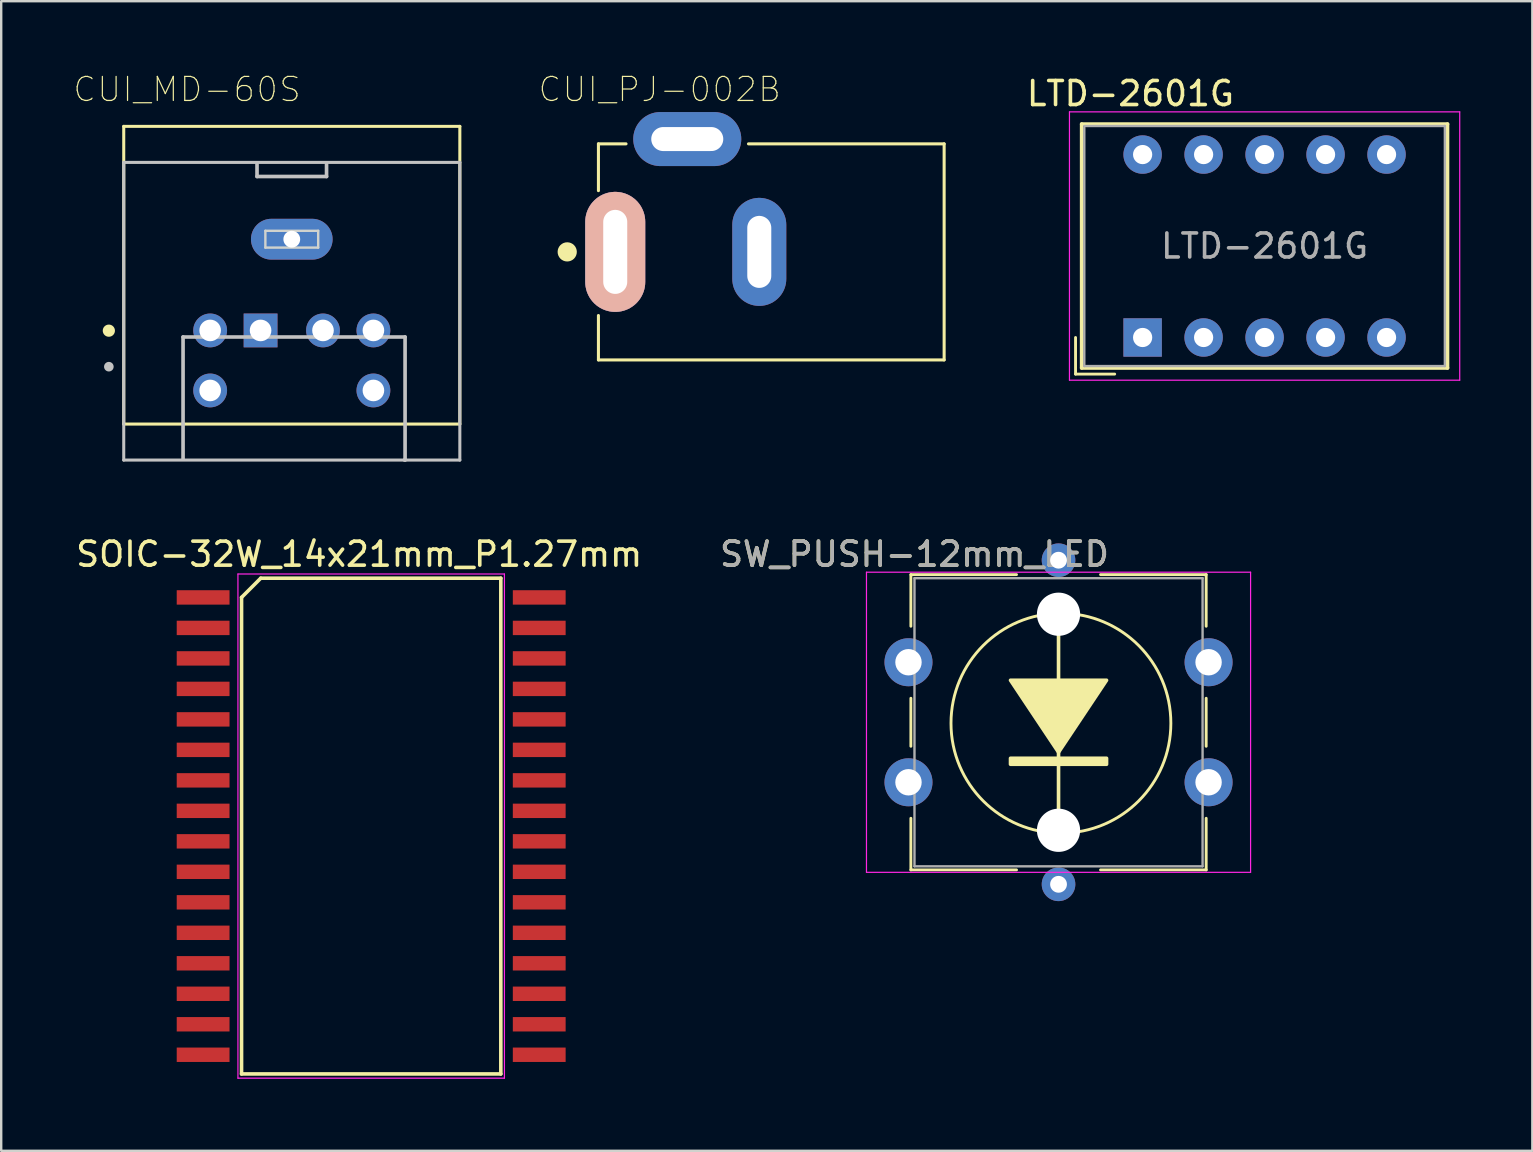
<source format=kicad_pcb>
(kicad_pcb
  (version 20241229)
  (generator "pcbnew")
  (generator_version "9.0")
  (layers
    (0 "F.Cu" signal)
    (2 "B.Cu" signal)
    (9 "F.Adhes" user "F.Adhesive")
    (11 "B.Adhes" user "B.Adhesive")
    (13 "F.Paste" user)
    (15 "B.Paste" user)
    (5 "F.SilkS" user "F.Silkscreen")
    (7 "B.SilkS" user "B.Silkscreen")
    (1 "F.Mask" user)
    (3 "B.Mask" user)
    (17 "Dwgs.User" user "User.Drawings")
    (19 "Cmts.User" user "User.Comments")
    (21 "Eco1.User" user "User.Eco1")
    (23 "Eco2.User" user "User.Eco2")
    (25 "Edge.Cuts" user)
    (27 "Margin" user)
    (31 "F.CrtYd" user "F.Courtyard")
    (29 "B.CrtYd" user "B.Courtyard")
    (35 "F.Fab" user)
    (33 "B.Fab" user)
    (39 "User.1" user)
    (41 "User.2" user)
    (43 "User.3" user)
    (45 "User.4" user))
  (footprint "SOIC-32W_14x21mm_P1.27mm"
    (layer "F.Cu")
    (at 12.429 31.286)
    (property "Reference" "SOIC-32W_14x21mm_P1.27mm" (at -0.518 -11.251 0) (layer "F.SilkS") (effects (font (size 1 1) (thickness 0.15))))
    (attr smd)
    (fp_line (start -5.418 -9.451) (end -4.618 -10.251) (stroke (width 0.15) (type solid)) (layer "F.SilkS"))
    (fp_line (start -5.418 10.399) (end -5.418 -9.451) (stroke (width 0.15) (type solid)) (layer "F.SilkS"))
    (fp_line (start -4.618 -10.251) (end 5.382 -10.251) (stroke (width 0.15) (type solid)) (layer "F.SilkS"))
    (fp_line (start 5.382 -10.251) (end 5.382 10.399) (stroke (width 0.15) (type solid)) (layer "F.SilkS"))
    (fp_line (start 5.382 10.399) (end -5.418 10.399) (stroke (width 0.15) (type solid)) (layer "F.SilkS"))
    (fp_line (start -5.568 -10.426) (end 5.532 -10.426) (stroke (width 0.05) (type solid)) (layer "F.CrtYd"))
    (fp_line (start -5.568 10.574) (end -5.568 -10.426) (stroke (width 0.05) (type solid)) (layer "F.CrtYd"))
    (fp_line (start 5.532 -10.426) (end 5.532 10.574) (stroke (width 0.05) (type solid)) (layer "F.CrtYd"))
    (fp_line (start 5.532 10.574) (end -5.568 10.574) (stroke (width 0.05) (type solid)) (layer "F.CrtYd"))
    (pad "1" smd rect (at -7.018 -9.451 270) (size 0.6 2.2) (layers "F.Cu" "F.Mask" "F.Paste"))
    (pad "2" smd rect (at -7.018 -8.181 270) (size 0.6 2.2) (layers "F.Cu" "F.Mask" "F.Paste"))
    (pad "3" smd rect (at -7.018 -6.911 270) (size 0.6 2.2) (layers "F.Cu" "F.Mask" "F.Paste"))
    (pad "4" smd rect (at -7.018 -5.641 270) (size 0.6 2.2) (layers "F.Cu" "F.Mask" "F.Paste"))
    (pad "5" smd rect (at -7.018 -4.371 270) (size 0.6 2.2) (layers "F.Cu" "F.Mask" "F.Paste"))
    (pad "6" smd rect (at -7.018 -3.101 270) (size 0.6 2.2) (layers "F.Cu" "F.Mask" "F.Paste"))
    (pad "7" smd rect (at -7.018 -1.831 270) (size 0.6 2.2) (layers "F.Cu" "F.Mask" "F.Paste"))
    (pad "8" smd rect (at -7.018 -0.561 270) (size 0.6 2.2) (layers "F.Cu" "F.Mask" "F.Paste"))
    (pad "9" smd rect (at -7.018 0.709 270) (size 0.6 2.2) (layers "F.Cu" "F.Mask" "F.Paste"))
    (pad "10" smd rect (at -7.018 1.979 270) (size 0.6 2.2) (layers "F.Cu" "F.Mask" "F.Paste"))
    (pad "11" smd rect (at -7.018 3.249 270) (size 0.6 2.2) (layers "F.Cu" "F.Mask" "F.Paste"))
    (pad "12" smd rect (at -7.018 4.519 270) (size 0.6 2.2) (layers "F.Cu" "F.Mask" "F.Paste"))
    (pad "13" smd rect (at -7.018 5.789 270) (size 0.6 2.2) (layers "F.Cu" "F.Mask" "F.Paste"))
    (pad "14" smd rect (at -7.018 7.059 270) (size 0.6 2.2) (layers "F.Cu" "F.Mask" "F.Paste"))
    (pad "15" smd rect (at -7.018 8.329 270) (size 0.6 2.2) (layers "F.Cu" "F.Mask" "F.Paste"))
    (pad "16" smd rect (at -7.018 9.599 270) (size 0.6 2.2) (layers "F.Cu" "F.Mask" "F.Paste"))
    (pad "17" smd rect (at 6.982 9.599 270) (size 0.6 2.2) (layers "F.Cu" "F.Mask" "F.Paste"))
    (pad "18" smd rect (at 6.982 8.329 270) (size 0.6 2.2) (layers "F.Cu" "F.Mask" "F.Paste"))
    (pad "19" smd rect (at 6.982 7.059 270) (size 0.6 2.2) (layers "F.Cu" "F.Mask" "F.Paste"))
    (pad "20" smd rect (at 6.982 5.789 270) (size 0.6 2.2) (layers "F.Cu" "F.Mask" "F.Paste"))
    (pad "21" smd rect (at 6.982 4.519 270) (size 0.6 2.2) (layers "F.Cu" "F.Mask" "F.Paste"))
    (pad "22" smd rect (at 6.982 3.249 270) (size 0.6 2.2) (layers "F.Cu" "F.Mask" "F.Paste"))
    (pad "23" smd rect (at 6.982 1.979 270) (size 0.6 2.2) (layers "F.Cu" "F.Mask" "F.Paste"))
    (pad "24" smd rect (at 6.982 0.709 270) (size 0.6 2.2) (layers "F.Cu" "F.Mask" "F.Paste"))
    (pad "25" smd rect (at 6.982 -0.561 270) (size 0.6 2.2) (layers "F.Cu" "F.Mask" "F.Paste"))
    (pad "26" smd rect (at 6.982 -1.831 270) (size 0.6 2.2) (layers "F.Cu" "F.Mask" "F.Paste"))
    (pad "27" smd rect (at 6.982 -3.101 270) (size 0.6 2.2) (layers "F.Cu" "F.Mask" "F.Paste"))
    (pad "28" smd rect (at 6.982 -4.371 270) (size 0.6 2.2) (layers "F.Cu" "F.Mask" "F.Paste"))
    (pad "29" smd rect (at 6.982 -5.641 270) (size 0.6 2.2) (layers "F.Cu" "F.Mask" "F.Paste"))
    (pad "30" smd rect (at 6.982 -6.911 270) (size 0.6 2.2) (layers "F.Cu" "F.Mask" "F.Paste"))
    (pad "31" smd rect (at 6.982 -8.181 270) (size 0.6 2.2) (layers "F.Cu" "F.Mask" "F.Paste"))
    (pad "32" smd rect (at 6.982 -9.451 270) (size 0.6 2.2) (layers "F.Cu" "F.Mask" "F.Paste")))
  (footprint "SW_PUSH-12mm_LED"
    (layer "F.Cu")
    (at 41.042 27.035)
    (property "Reference" "SW_PUSH-12mm_LED" (at -6 -7 0) (layer "F.SilkS") (effects (font (size 1 1) (thickness 0.15))))
    (attr through_hole)
    (fp_line (start -6.15 -6.15) (end -1.75 -6.15) (stroke (width 0.12) (type solid)) (layer "F.SilkS"))
    (fp_line (start -6.15 -4) (end -6.15 -6.15) (stroke (width 0.12) (type solid)) (layer "F.SilkS"))
    (fp_line (start -6.15 1) (end -6.15 -1) (stroke (width 0.12) (type solid)) (layer "F.SilkS"))
    (fp_line (start -6.15 6.15) (end -6.15 4) (stroke (width 0.12) (type solid)) (layer "F.SilkS"))
    (fp_line (start -1.75 6.15) (end -6.15 6.15) (stroke (width 0.12) (type solid)) (layer "F.SilkS"))
    (fp_line (start 0 -4.5) (end 0 4.6) (stroke (width 0.15) (type solid)) (layer "F.SilkS"))
    (fp_line (start 1.75 -6.15) (end 6.15 -6.15) (stroke (width 0.12) (type solid)) (layer "F.SilkS"))
    (fp_line (start 6.15 -6.15) (end 6.15 -4) (stroke (width 0.12) (type solid)) (layer "F.SilkS"))
    (fp_line (start 6.15 -1) (end 6.15 1) (stroke (width 0.12) (type solid)) (layer "F.SilkS"))
    (fp_line (start 6.15 4) (end 6.15 6.15) (stroke (width 0.12) (type solid)) (layer "F.SilkS"))
    (fp_line (start 6.15 6.15) (end 1.75 6.15) (stroke (width 0.12) (type solid)) (layer "F.SilkS"))
    (fp_circle (center 0.1 0.04) (end 4.679 0.04) (stroke (width 0.12) (type solid)) (fill no) (layer "F.SilkS"))
    (fp_poly (pts (xy -2 -1.75) (xy 2 -1.75) (xy 0 1.25)) (stroke (width 0.15) (type solid)) (fill yes) (layer "F.SilkS"))
    (fp_poly (pts (xy -2 1.5) (xy 2 1.5) (xy 2 1.75) (xy -2 1.75)) (stroke (width 0.15) (type solid)) (fill yes) (layer "F.SilkS"))
    (fp_line (start -8 -6.25) (end -8 6.25) (stroke (width 0.05) (type solid)) (layer "F.CrtYd"))
    (fp_line (start -8 6.25) (end 8 6.25) (stroke (width 0.05) (type solid)) (layer "F.CrtYd"))
    (fp_line (start 8 -6.25) (end -8 -6.25) (stroke (width 0.05) (type solid)) (layer "F.CrtYd"))
    (fp_line (start 8 6.25) (end 8 -6.25) (stroke (width 0.05) (type solid)) (layer "F.CrtYd"))
    (fp_line (start -6 -6) (end -6 6) (stroke (width 0.1) (type solid)) (layer "F.Fab"))
    (fp_line (start -6 6) (end 6 6) (stroke (width 0.1) (type solid)) (layer "F.Fab"))
    (fp_line (start 6 -6) (end -6 -6) (stroke (width 0.1) (type solid)) (layer "F.Fab"))
    (fp_line (start 6 6) (end 6 -6) (stroke (width 0.1) (type solid)) (layer "F.Fab"))
    (fp_text user "${REFERENCE}" (at -6 -7 0) (layer "F.Fab") (effects (font (size 1 1) (thickness 0.15))))
    (pad "" np_thru_hole circle (at 0 -4.5) (size 1.8 1.8) (drill 1.8) (layers "*.Cu" "*.Mask"))
    (pad "" np_thru_hole circle (at 0 4.5) (size 1.8 1.8) (drill 1.8) (layers "*.Cu" "*.Mask"))
    (pad "1" thru_hole circle (at -6.25 -2.5) (size 2 2) (drill 1.1) (layers "*.Cu" "*.Mask"))
    (pad "1" thru_hole circle (at 6.25 -2.5) (size 2 2) (drill 1.1) (layers "*.Cu" "*.Mask"))
    (pad "2" thru_hole circle (at -6.25 2.5) (size 2 2) (drill 1.1) (layers "*.Cu" "*.Mask"))
    (pad "2" thru_hole circle (at 6.25 2.5) (size 2 2) (drill 1.1) (layers "*.Cu" "*.Mask"))
    (pad "3" thru_hole circle (at 0 6.75) (size 1.4 1.4) (drill 0.7) (layers "*.Cu" "*.Mask"))
    (pad "4" thru_hole circle (at 0 -6.75) (size 1.4 1.4) (drill 0.7) (layers "*.Cu" "*.Mask")))
  (footprint "LTD-2601G"
    (layer "F.Cu")
    (at 44.545 11.008)
    (property "Reference" "LTD-2601G" (at -0.508 -10.16 0) (layer "F.SilkS") (effects (font (size 1 1) (thickness 0.15))))
    (attr through_hole)
    (fp_line (start -2.794 1.524) (end -2.794 0) (stroke (width 0.12) (type solid)) (layer "F.SilkS"))
    (fp_line (start -2.54 -8.89) (end -2.54 1.27) (stroke (width 0.15) (type solid)) (layer "F.SilkS"))
    (fp_line (start -2.54 1.27) (end 12.7 1.27) (stroke (width 0.15) (type solid)) (layer "F.SilkS"))
    (fp_line (start -1.164 1.524) (end -2.794 1.524) (stroke (width 0.12) (type solid)) (layer "F.SilkS"))
    (fp_line (start 12.7 -8.89) (end -2.54 -8.89) (stroke (width 0.15) (type solid)) (layer "F.SilkS"))
    (fp_line (start 12.7 1.27) (end 12.7 -8.89) (stroke (width 0.15) (type solid)) (layer "F.SilkS"))
    (fp_line (start -3.048 -9.398) (end 13.208 -9.398) (stroke (width 0.05) (type solid)) (layer "F.CrtYd"))
    (fp_line (start -3.048 1.778) (end -3.048 -9.398) (stroke (width 0.05) (type solid)) (layer "F.CrtYd"))
    (fp_line (start -3.048 1.778) (end 13.208 1.778) (stroke (width 0.05) (type solid)) (layer "F.CrtYd"))
    (fp_line (start 13.208 -9.398) (end 13.208 1.778) (stroke (width 0.05) (type solid)) (layer "F.CrtYd"))
    (fp_line (start -2.43 -8.81) (end 12.59 -8.81) (stroke (width 0.1) (type solid)) (layer "F.Fab"))
    (fp_line (start -2.43 1.19) (end -2.43 -8.74) (stroke (width 0.1) (type solid)) (layer "F.Fab"))
    (fp_line (start 12.59 -8.81) (end 12.59 1.19) (stroke (width 0.1) (type solid)) (layer "F.Fab"))
    (fp_line (start 12.59 1.19) (end -2.43 1.19) (stroke (width 0.1) (type solid)) (layer "F.Fab"))
    (fp_text user "${REFERENCE}" (at 5.08 -3.81 0) (layer "F.Fab") (effects (font (size 1 1) (thickness 0.15))))
    (pad "1" thru_hole rect (at 0 0 90) (size 1.6 1.6) (drill 0.8) (layers "*.Cu" "*.Mask"))
    (pad "2" thru_hole circle (at 2.54 0 90) (size 1.6 1.6) (drill 0.8) (layers "*.Cu" "*.Mask"))
    (pad "3" thru_hole circle (at 5.08 0 90) (size 1.6 1.6) (drill 0.8) (layers "*.Cu" "*.Mask"))
    (pad "4" thru_hole circle (at 7.62 0 90) (size 1.6 1.6) (drill 0.8) (layers "*.Cu" "*.Mask"))
    (pad "5" thru_hole circle (at 10.16 0 90) (size 1.6 1.6) (drill 0.8) (layers "*.Cu" "*.Mask"))
    (pad "6" thru_hole circle (at 10.16 -7.62 90) (size 1.6 1.6) (drill 0.8) (layers "*.Cu" "*.Mask"))
    (pad "7" thru_hole circle (at 7.62 -7.62 90) (size 1.6 1.6) (drill 0.8) (layers "*.Cu" "*.Mask"))
    (pad "8" thru_hole circle (at 5.08 -7.62 90) (size 1.6 1.6) (drill 0.8) (layers "*.Cu" "*.Mask"))
    (pad "9" thru_hole circle (at 2.54 -7.62 90) (size 1.6 1.6) (drill 0.8) (layers "*.Cu" "*.Mask"))
    (pad "10" thru_hole circle (at 0 -7.62 90) (size 1.6 1.6) (drill 0.8) (layers "*.Cu" "*.Mask")))
  (footprint "CUI_MD-60S"
    (layer "F.Cu")
    (at 9.104 8.414)
    (property "Reference" "CUI_MD-60S" (at -4.363 -7.741 0) (layer "F.SilkS") (effects (font (size 1.001 1.001) (thickness 0.05))))
    (attr through_hole)
    (fp_line (start -7 -6.2) (end 7 -6.2) (stroke (width 0.127) (type solid)) (layer "F.SilkS"))
    (fp_line (start -7 6.2) (end -7 -6.2) (stroke (width 0.127) (type solid)) (layer "F.SilkS"))
    (fp_line (start 7 -6.2) (end 7 6.2) (stroke (width 0.127) (type solid)) (layer "F.SilkS"))
    (fp_line (start 7 6.2) (end -7 6.2) (stroke (width 0.127) (type solid)) (layer "F.SilkS"))
    (fp_circle (center -7.62 2.31) (end -7.366 2.31) (stroke (width 0) (type solid)) (fill yes) (layer "F.SilkS"))
    (fp_line (start -7 -4.7) (end 7 -4.7) (stroke (width 0.127) (type solid)) (layer "Dwgs.User"))
    (fp_line (start -7 7.7) (end -7 -4.7) (stroke (width 0.127) (type solid)) (layer "Dwgs.User"))
    (fp_line (start -4.529 2.573) (end 4.719 2.573) (stroke (width 0.152) (type solid)) (layer "Dwgs.User"))
    (fp_line (start -4.529 7.645) (end -4.529 2.573) (stroke (width 0.152) (type solid)) (layer "Dwgs.User"))
    (fp_line (start -1.448 -4.62) (end -1.448 -4.112) (stroke (width 0.152) (type solid)) (layer "Dwgs.User"))
    (fp_line (start -1.448 -4.112) (end 1.448 -4.112) (stroke (width 0.152) (type solid)) (layer "Dwgs.User"))
    (fp_line (start 1.448 -4.112) (end 1.448 -4.62) (stroke (width 0.152) (type solid)) (layer "Dwgs.User"))
    (fp_line (start 4.719 2.573) (end 4.719 7.696) (stroke (width 0.152) (type solid)) (layer "Dwgs.User"))
    (fp_line (start 4.719 7.696) (end 4.694 7.696) (stroke (width 0.152) (type solid)) (layer "Dwgs.User"))
    (fp_line (start 7 -4.7) (end 7 7.7) (stroke (width 0.127) (type solid)) (layer "Dwgs.User"))
    (fp_line (start 7 7.7) (end -7 7.7) (stroke (width 0.127) (type solid)) (layer "Dwgs.User"))
    (fp_circle (center -7.62 3.81) (end -7.42 3.81) (stroke (width 0) (type solid)) (fill yes) (layer "Dwgs.User"))
    (fp_line (start -7.25 -6.45) (end 7.25 -6.45) (stroke (width 0.05) (type solid)) (layer "Eco1.User"))
    (fp_line (start -7.25 6.45) (end -7.25 -6.45) (stroke (width 0.05) (type solid)) (layer "Eco1.User"))
    (fp_line (start 7.25 -6.45) (end 7.25 6.45) (stroke (width 0.05) (type solid)) (layer "Eco1.User"))
    (fp_line (start 7.25 6.45) (end -7.25 6.45) (stroke (width 0.05) (type solid)) (layer "Eco1.User"))
    (fp_line (start -1.1 -1.85) (end 1.1 -1.85) (stroke (width 0.1) (type solid)) (layer "Edge.Cuts"))
    (fp_line (start -1.1 -1.15) (end -1.1 -1.85) (stroke (width 0.1) (type solid)) (layer "Edge.Cuts"))
    (fp_line (start 1.1 -1.85) (end 1.1 -1.15) (stroke (width 0.1) (type solid)) (layer "Edge.Cuts"))
    (fp_line (start 1.1 -1.15) (end -1.1 -1.15) (stroke (width 0.1) (type solid)) (layer "Edge.Cuts"))
    (fp_text user "FRONT~{PANEL}" (at -1.094 -4.296 0) (layer "Edge.Cuts") (effects (font (size 1 1) (thickness 0.05))))
    (pad "1" thru_hole rect (at -1.3 2.3) (size 1.408 1.408) (drill 0.9) (layers "*.Cu" "*.Mask"))
    (pad "2" thru_hole circle (at 1.3 2.3) (size 1.408 1.408) (drill 0.9) (layers "*.Cu" "*.Mask"))
    (pad "3" thru_hole circle (at -3.4 2.3) (size 1.408 1.408) (drill 0.9) (layers "*.Cu" "*.Mask"))
    (pad "4" thru_hole circle (at 3.4 2.3) (size 1.408 1.408) (drill 0.9) (layers "*.Cu" "*.Mask"))
    (pad "5" thru_hole circle (at -3.4 4.8) (size 1.408 1.408) (drill 0.9) (layers "*.Cu" "*.Mask"))
    (pad "6" thru_hole circle (at 3.4 4.8) (size 1.408 1.408) (drill 0.9) (layers "*.Cu" "*.Mask"))
    (pad "S" thru_hole oval (at 0 -1.5) (size 3.4 1.7) (drill 0.7) (layers "*.Cu" "*.Mask")))
  (footprint "CUI_PJ-002B"
    (layer "F.Cu")
    (at 22.577 7.442)
    (property "Reference" "CUI_PJ-002B" (at 1.851 -6.769 0) (layer "F.SilkS") (effects (font (size 1.001 1.001) (thickness 0.05))))
    (attr through_hole)
    (fp_line (start -0.7 -4.5) (end 0.45 -4.5) (stroke (width 0.127) (type solid)) (layer "F.SilkS"))
    (fp_line (start -0.7 -2.55) (end -0.7 -4.5) (stroke (width 0.127) (type solid)) (layer "F.SilkS"))
    (fp_line (start -0.7 4.5) (end -0.7 2.65) (stroke (width 0.127) (type solid)) (layer "F.SilkS"))
    (fp_line (start 5.55 -4.5) (end 13.7 -4.5) (stroke (width 0.127) (type solid)) (layer "F.SilkS"))
    (fp_line (start 13.7 -4.5) (end 13.7 4.5) (stroke (width 0.127) (type solid)) (layer "F.SilkS"))
    (fp_line (start 13.7 4.5) (end -0.7 4.5) (stroke (width 0.127) (type solid)) (layer "F.SilkS"))
    (fp_circle (center -2 0) (end -1.8 0) (stroke (width 0.4) (type solid)) (fill no) (layer "F.SilkS"))
    (fp_line (start -1.55 -2.25) (end -1.55 2.35) (stroke (width 0.05) (type solid)) (layer "Eco1.User"))
    (fp_line (start -1.55 2.35) (end -1 2.35) (stroke (width 0.05) (type solid)) (layer "Eco1.User"))
    (fp_line (start -1 -4.75) (end 0.45 -4.75) (stroke (width 0.05) (type solid)) (layer "Eco1.User"))
    (fp_line (start -1 -2.25) (end -1.55 -2.25) (stroke (width 0.05) (type solid)) (layer "Eco1.User"))
    (fp_line (start -1 -2.25) (end -1 -4.75) (stroke (width 0.05) (type solid)) (layer "Eco1.User"))
    (fp_line (start -1 4.75) (end -1 2.35) (stroke (width 0.05) (type solid)) (layer "Eco1.User"))
    (fp_line (start 0.45 -6.1) (end 5.55 -6.1) (stroke (width 0.05) (type solid)) (layer "Eco1.User"))
    (fp_line (start 0.45 -4.75) (end 0.45 -6.1) (stroke (width 0.05) (type solid)) (layer "Eco1.User"))
    (fp_line (start 5.55 -6.1) (end 5.55 -4.75) (stroke (width 0.05) (type solid)) (layer "Eco1.User"))
    (fp_line (start 5.55 -4.75) (end 14 -4.75) (stroke (width 0.05) (type solid)) (layer "Eco1.User"))
    (fp_line (start 14 -4.75) (end 14 4.75) (stroke (width 0.05) (type solid)) (layer "Eco1.User"))
    (fp_line (start 14 4.75) (end -1 4.75) (stroke (width 0.05) (type solid)) (layer "Eco1.User"))
    (fp_line (start -0.7 -4.5) (end 13.7 -4.5) (stroke (width 0.127) (type solid)) (layer "Eco2.User"))
    (fp_line (start -0.7 4.5) (end -0.7 -4.5) (stroke (width 0.127) (type solid)) (layer "Eco2.User"))
    (fp_line (start 13.7 -4.5) (end 13.7 4.5) (stroke (width 0.127) (type solid)) (layer "Eco2.User"))
    (fp_line (start 13.7 4.5) (end -0.7 4.5) (stroke (width 0.127) (type solid)) (layer "Eco2.User"))
    (fp_line (start -0.5 -1.75) (end 0.5 -1.75) (stroke (width 0.0001) (type solid)) (layer "Edge.Cuts"))
    (fp_line (start -0.5 1.75) (end -0.5 -1.75) (stroke (width 0.0001) (type solid)) (layer "Edge.Cuts"))
    (fp_line (start 0.5 -1.75) (end 0.5 1.75) (stroke (width 0.0001) (type solid)) (layer "Edge.Cuts"))
    (fp_line (start 0.5 1.75) (end -0.5 1.75) (stroke (width 0.0001) (type solid)) (layer "Edge.Cuts"))
    (fp_line (start 1.5 -5.2) (end 4.5 -5.2) (stroke (width 0.0001) (type solid)) (layer "Edge.Cuts"))
    (fp_line (start 1.5 -4.2) (end 1.5 -5.2) (stroke (width 0.0001) (type solid)) (layer "Edge.Cuts"))
    (fp_line (start 4.5 -5.2) (end 4.5 -4.2) (stroke (width 0.0001) (type solid)) (layer "Edge.Cuts"))
    (fp_line (start 4.5 -4.2) (end 1.5 -4.2) (stroke (width 0.0001) (type solid)) (layer "Edge.Cuts"))
    (fp_line (start 5.5 -1.5) (end 6.5 -1.5) (stroke (width 0.0001) (type solid)) (layer "Edge.Cuts"))
    (fp_line (start 5.5 1.5) (end 5.5 -1.5) (stroke (width 0.0001) (type solid)) (layer "Edge.Cuts"))
    (fp_line (start 6.5 -1.5) (end 6.5 1.5) (stroke (width 0.0001) (type solid)) (layer "Edge.Cuts"))
    (fp_line (start 6.5 1.5) (end 5.5 1.5) (stroke (width 0.0001) (type solid)) (layer "Edge.Cuts"))
    (pad "1" thru_hole oval (at 0 0 90) (size 5 2.5) (drill oval 3.5 1) (layers "*.Cu" "*.Mask" "B.SilkS"))
    (pad "2" thru_hole oval (at 6 0 90) (size 4.5 2.25) (drill oval 3 1) (layers "*.Cu" "*.Mask"))
    (pad "3" thru_hole oval (at 3 -4.7 180) (size 4.5 2.25) (drill oval 3 1) (layers "*.Cu" "*.Mask")))
  (gr_rect
    (start -3 -3)
    (end 60.778 44.885)
    (stroke (width 0.1) (type default))
    (fill no)
    (layer "Edge.Cuts")))
</source>
